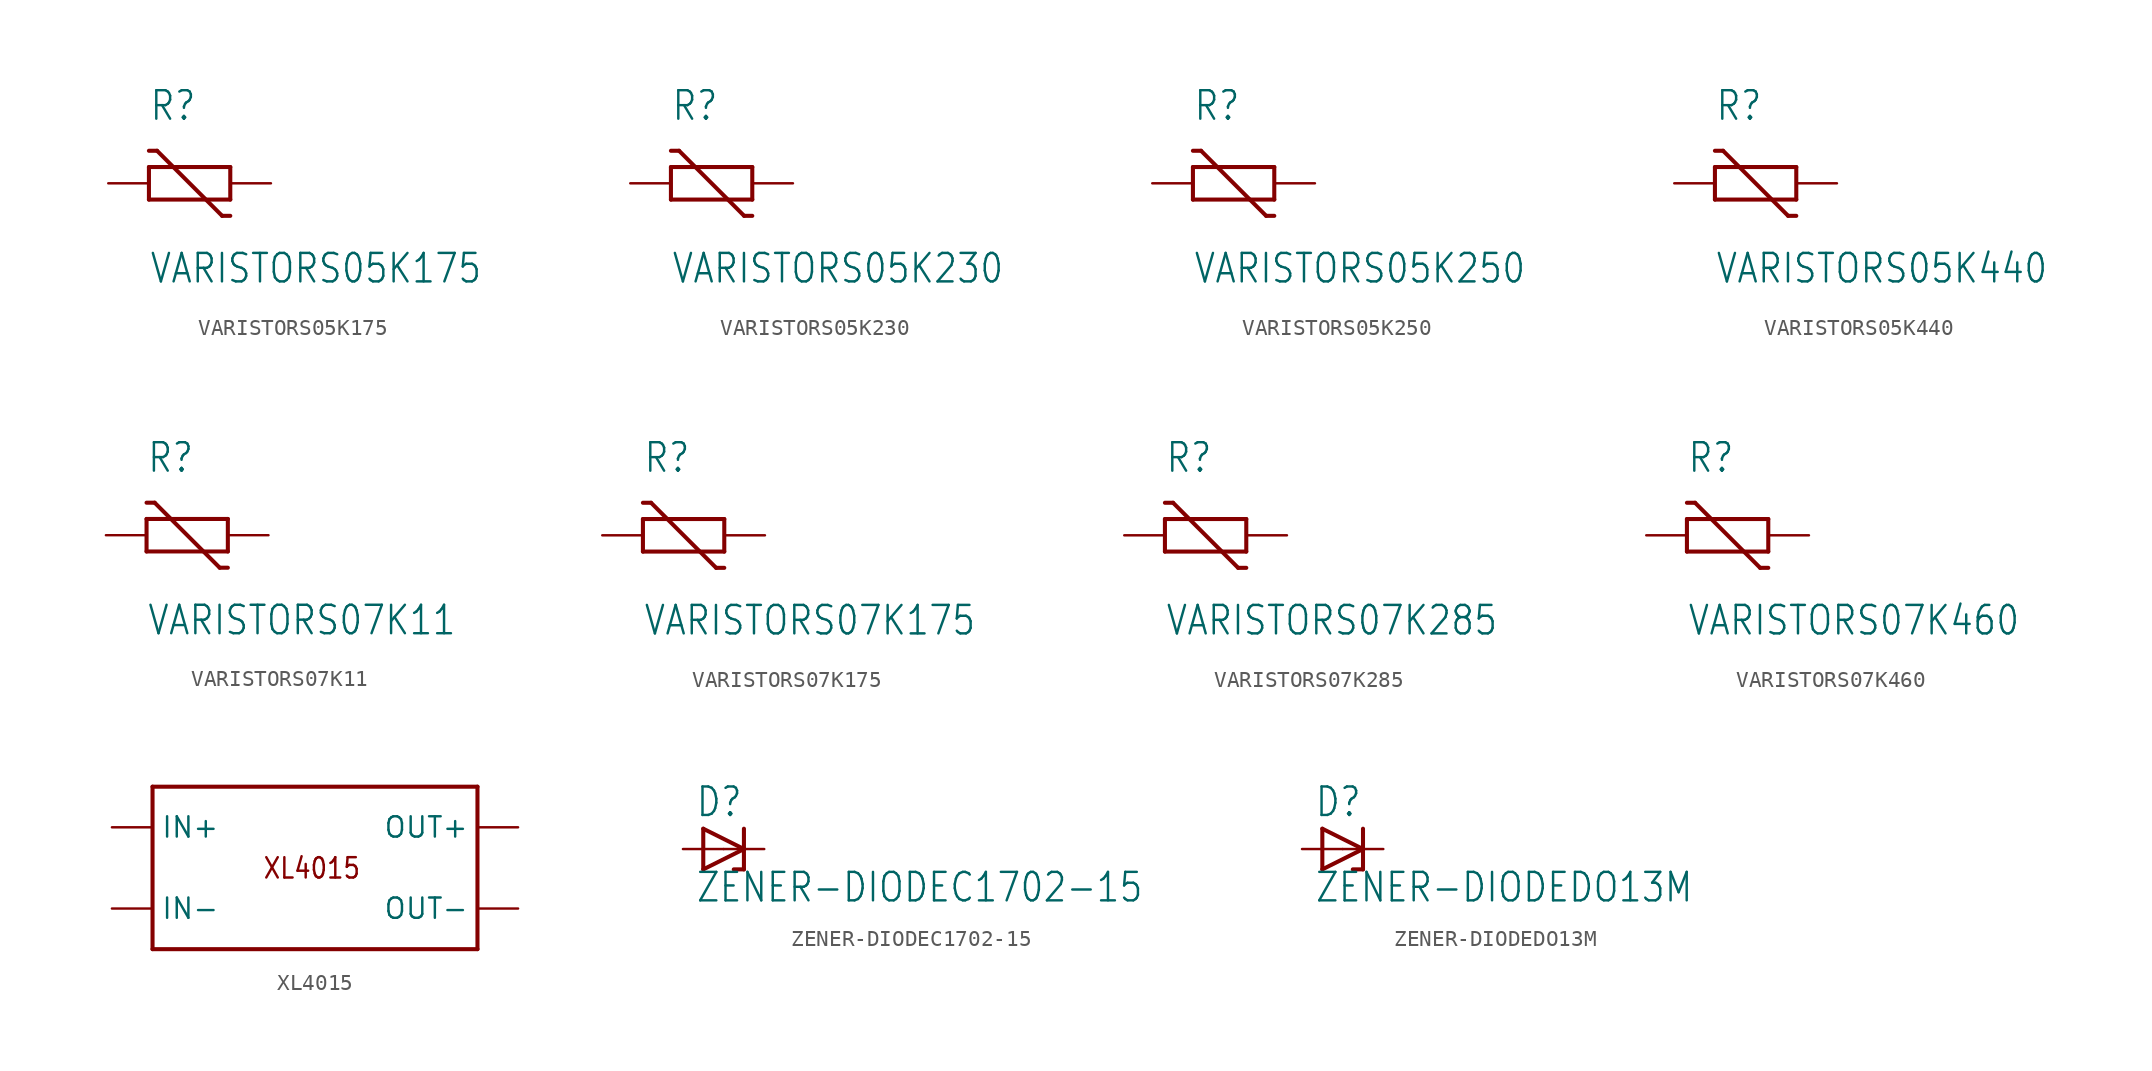
<source format=kicad_sym>
(kicad_symbol_lib
  (version 20211014)
  (generator kicad_symbol_editor)
  (symbol "VARISTORS05K175"
    (property "Reference" "R"
      (at -2.54 3.81 0)
      (effects (font (size 1.778 1.511)) (justify left bottom)))
    (property "Value" "VARISTORS05K175"
      (at -2.54 -6.35 0)
      (effects (font (size 1.778 1.511)) (justify left bottom)))
    (property "ki_locked" ""
      (at 0 0 0)
      (effects (font (size 1.27 1.27))))
    (symbol "VARISTORS05K175_1_0"
      (polyline (pts (xy -2.54 -1.016) (xy -2.54 1.016)) (stroke (width 0.254) (type default) (color 0 0 0 0)) (fill (type none)))
      (polyline (pts (xy -2.54 1.016) (xy 2.54 1.016)) (stroke (width 0.254) (type default) (color 0 0 0 0)) (fill (type none)))
      (polyline (pts (xy -2.032 2.032) (xy -2.54 2.032)) (stroke (width 0.254) (type default) (color 0 0 0 0)) (fill (type none)))
      (polyline (pts (xy 2.032 -2.032) (xy -2.032 2.032)) (stroke (width 0.254) (type default) (color 0 0 0 0)) (fill (type none)))
      (polyline (pts (xy 2.54 -2.032) (xy 2.032 -2.032)) (stroke (width 0.254) (type default) (color 0 0 0 0)) (fill (type none)))
      (polyline (pts (xy 2.54 -1.016) (xy -2.54 -1.016)) (stroke (width 0.254) (type default) (color 0 0 0 0)) (fill (type none)))
      (polyline (pts (xy 2.54 1.016) (xy 2.54 -1.016)) (stroke (width 0.254) (type default) (color 0 0 0 0)) (fill (type none)))
      (pin passive line (at 5.08 0 180) (length 2.54) (name "1" (effects (font (size 0 0)))) (number "1" (effects (font (size 0 0)))))
      (pin passive line (at -5.08 0 0) (length 2.54) (name "2" (effects (font (size 0 0)))) (number "2" (effects (font (size 0 0)))))))
  (symbol "VARISTORS05K230"
    (property "Reference" "R"
      (at -2.54 3.81 0)
      (effects (font (size 1.778 1.511)) (justify left bottom)))
    (property "Value" "VARISTORS05K230"
      (at -2.54 -6.35 0)
      (effects (font (size 1.778 1.511)) (justify left bottom)))
    (property "ki_locked" ""
      (at 0 0 0)
      (effects (font (size 1.27 1.27))))
    (symbol "VARISTORS05K230_1_0"
      (polyline (pts (xy -2.54 -1.016) (xy -2.54 1.016)) (stroke (width 0.254) (type default) (color 0 0 0 0)) (fill (type none)))
      (polyline (pts (xy -2.54 1.016) (xy 2.54 1.016)) (stroke (width 0.254) (type default) (color 0 0 0 0)) (fill (type none)))
      (polyline (pts (xy -2.032 2.032) (xy -2.54 2.032)) (stroke (width 0.254) (type default) (color 0 0 0 0)) (fill (type none)))
      (polyline (pts (xy 2.032 -2.032) (xy -2.032 2.032)) (stroke (width 0.254) (type default) (color 0 0 0 0)) (fill (type none)))
      (polyline (pts (xy 2.54 -2.032) (xy 2.032 -2.032)) (stroke (width 0.254) (type default) (color 0 0 0 0)) (fill (type none)))
      (polyline (pts (xy 2.54 -1.016) (xy -2.54 -1.016)) (stroke (width 0.254) (type default) (color 0 0 0 0)) (fill (type none)))
      (polyline (pts (xy 2.54 1.016) (xy 2.54 -1.016)) (stroke (width 0.254) (type default) (color 0 0 0 0)) (fill (type none)))
      (pin passive line (at 5.08 0 180) (length 2.54) (name "1" (effects (font (size 0 0)))) (number "1" (effects (font (size 0 0)))))
      (pin passive line (at -5.08 0 0) (length 2.54) (name "2" (effects (font (size 0 0)))) (number "2" (effects (font (size 0 0)))))))
  (symbol "VARISTORS05K250"
    (property "Reference" "R"
      (at -2.54 3.81 0)
      (effects (font (size 1.778 1.511)) (justify left bottom)))
    (property "Value" "VARISTORS05K250"
      (at -2.54 -6.35 0)
      (effects (font (size 1.778 1.511)) (justify left bottom)))
    (property "ki_locked" ""
      (at 0 0 0)
      (effects (font (size 1.27 1.27))))
    (symbol "VARISTORS05K250_1_0"
      (polyline (pts (xy -2.54 -1.016) (xy -2.54 1.016)) (stroke (width 0.254) (type default) (color 0 0 0 0)) (fill (type none)))
      (polyline (pts (xy -2.54 1.016) (xy 2.54 1.016)) (stroke (width 0.254) (type default) (color 0 0 0 0)) (fill (type none)))
      (polyline (pts (xy -2.032 2.032) (xy -2.54 2.032)) (stroke (width 0.254) (type default) (color 0 0 0 0)) (fill (type none)))
      (polyline (pts (xy 2.032 -2.032) (xy -2.032 2.032)) (stroke (width 0.254) (type default) (color 0 0 0 0)) (fill (type none)))
      (polyline (pts (xy 2.54 -2.032) (xy 2.032 -2.032)) (stroke (width 0.254) (type default) (color 0 0 0 0)) (fill (type none)))
      (polyline (pts (xy 2.54 -1.016) (xy -2.54 -1.016)) (stroke (width 0.254) (type default) (color 0 0 0 0)) (fill (type none)))
      (polyline (pts (xy 2.54 1.016) (xy 2.54 -1.016)) (stroke (width 0.254) (type default) (color 0 0 0 0)) (fill (type none)))
      (pin passive line (at 5.08 0 180) (length 2.54) (name "1" (effects (font (size 0 0)))) (number "1" (effects (font (size 0 0)))))
      (pin passive line (at -5.08 0 0) (length 2.54) (name "2" (effects (font (size 0 0)))) (number "2" (effects (font (size 0 0)))))))
  (symbol "VARISTORS05K440"
    (property "Reference" "R"
      (at -2.54 3.81 0)
      (effects (font (size 1.778 1.511)) (justify left bottom)))
    (property "Value" "VARISTORS05K440"
      (at -2.54 -6.35 0)
      (effects (font (size 1.778 1.511)) (justify left bottom)))
    (property "ki_locked" ""
      (at 0 0 0)
      (effects (font (size 1.27 1.27))))
    (symbol "VARISTORS05K440_1_0"
      (polyline (pts (xy -2.54 -1.016) (xy -2.54 1.016)) (stroke (width 0.254) (type default) (color 0 0 0 0)) (fill (type none)))
      (polyline (pts (xy -2.54 1.016) (xy 2.54 1.016)) (stroke (width 0.254) (type default) (color 0 0 0 0)) (fill (type none)))
      (polyline (pts (xy -2.032 2.032) (xy -2.54 2.032)) (stroke (width 0.254) (type default) (color 0 0 0 0)) (fill (type none)))
      (polyline (pts (xy 2.032 -2.032) (xy -2.032 2.032)) (stroke (width 0.254) (type default) (color 0 0 0 0)) (fill (type none)))
      (polyline (pts (xy 2.54 -2.032) (xy 2.032 -2.032)) (stroke (width 0.254) (type default) (color 0 0 0 0)) (fill (type none)))
      (polyline (pts (xy 2.54 -1.016) (xy -2.54 -1.016)) (stroke (width 0.254) (type default) (color 0 0 0 0)) (fill (type none)))
      (polyline (pts (xy 2.54 1.016) (xy 2.54 -1.016)) (stroke (width 0.254) (type default) (color 0 0 0 0)) (fill (type none)))
      (pin passive line (at 5.08 0 180) (length 2.54) (name "1" (effects (font (size 0 0)))) (number "1" (effects (font (size 0 0)))))
      (pin passive line (at -5.08 0 0) (length 2.54) (name "2" (effects (font (size 0 0)))) (number "2" (effects (font (size 0 0)))))))
  (symbol "VARISTORS07K11"
    (property "Reference" "R"
      (at -2.54 3.81 0)
      (effects (font (size 1.778 1.511)) (justify left bottom)))
    (property "Value" "VARISTORS07K11"
      (at -2.54 -6.35 0)
      (effects (font (size 1.778 1.511)) (justify left bottom)))
    (property "ki_locked" ""
      (at 0 0 0)
      (effects (font (size 1.27 1.27))))
    (symbol "VARISTORS07K11_1_0"
      (polyline (pts (xy -2.54 -1.016) (xy -2.54 1.016)) (stroke (width 0.254) (type default) (color 0 0 0 0)) (fill (type none)))
      (polyline (pts (xy -2.54 1.016) (xy 2.54 1.016)) (stroke (width 0.254) (type default) (color 0 0 0 0)) (fill (type none)))
      (polyline (pts (xy -2.032 2.032) (xy -2.54 2.032)) (stroke (width 0.254) (type default) (color 0 0 0 0)) (fill (type none)))
      (polyline (pts (xy 2.032 -2.032) (xy -2.032 2.032)) (stroke (width 0.254) (type default) (color 0 0 0 0)) (fill (type none)))
      (polyline (pts (xy 2.54 -2.032) (xy 2.032 -2.032)) (stroke (width 0.254) (type default) (color 0 0 0 0)) (fill (type none)))
      (polyline (pts (xy 2.54 -1.016) (xy -2.54 -1.016)) (stroke (width 0.254) (type default) (color 0 0 0 0)) (fill (type none)))
      (polyline (pts (xy 2.54 1.016) (xy 2.54 -1.016)) (stroke (width 0.254) (type default) (color 0 0 0 0)) (fill (type none)))
      (pin passive line (at 5.08 0 180) (length 2.54) (name "1" (effects (font (size 0 0)))) (number "1" (effects (font (size 0 0)))))
      (pin passive line (at -5.08 0 0) (length 2.54) (name "2" (effects (font (size 0 0)))) (number "2" (effects (font (size 0 0)))))))
  (symbol "VARISTORS07K175"
    (property "Reference" "R"
      (at -2.54 3.81 0)
      (effects (font (size 1.778 1.511)) (justify left bottom)))
    (property "Value" "VARISTORS07K175"
      (at -2.54 -6.35 0)
      (effects (font (size 1.778 1.511)) (justify left bottom)))
    (property "ki_locked" ""
      (at 0 0 0)
      (effects (font (size 1.27 1.27))))
    (symbol "VARISTORS07K175_1_0"
      (polyline (pts (xy -2.54 -1.016) (xy -2.54 1.016)) (stroke (width 0.254) (type default) (color 0 0 0 0)) (fill (type none)))
      (polyline (pts (xy -2.54 1.016) (xy 2.54 1.016)) (stroke (width 0.254) (type default) (color 0 0 0 0)) (fill (type none)))
      (polyline (pts (xy -2.032 2.032) (xy -2.54 2.032)) (stroke (width 0.254) (type default) (color 0 0 0 0)) (fill (type none)))
      (polyline (pts (xy 2.032 -2.032) (xy -2.032 2.032)) (stroke (width 0.254) (type default) (color 0 0 0 0)) (fill (type none)))
      (polyline (pts (xy 2.54 -2.032) (xy 2.032 -2.032)) (stroke (width 0.254) (type default) (color 0 0 0 0)) (fill (type none)))
      (polyline (pts (xy 2.54 -1.016) (xy -2.54 -1.016)) (stroke (width 0.254) (type default) (color 0 0 0 0)) (fill (type none)))
      (polyline (pts (xy 2.54 1.016) (xy 2.54 -1.016)) (stroke (width 0.254) (type default) (color 0 0 0 0)) (fill (type none)))
      (pin passive line (at 5.08 0 180) (length 2.54) (name "1" (effects (font (size 0 0)))) (number "1" (effects (font (size 0 0)))))
      (pin passive line (at -5.08 0 0) (length 2.54) (name "2" (effects (font (size 0 0)))) (number "2" (effects (font (size 0 0)))))))
  (symbol "VARISTORS07K285"
    (property "Reference" "R"
      (at -2.54 3.81 0)
      (effects (font (size 1.778 1.511)) (justify left bottom)))
    (property "Value" "VARISTORS07K285"
      (at -2.54 -6.35 0)
      (effects (font (size 1.778 1.511)) (justify left bottom)))
    (property "ki_locked" ""
      (at 0 0 0)
      (effects (font (size 1.27 1.27))))
    (symbol "VARISTORS07K285_1_0"
      (polyline (pts (xy -2.54 -1.016) (xy -2.54 1.016)) (stroke (width 0.254) (type default) (color 0 0 0 0)) (fill (type none)))
      (polyline (pts (xy -2.54 1.016) (xy 2.54 1.016)) (stroke (width 0.254) (type default) (color 0 0 0 0)) (fill (type none)))
      (polyline (pts (xy -2.032 2.032) (xy -2.54 2.032)) (stroke (width 0.254) (type default) (color 0 0 0 0)) (fill (type none)))
      (polyline (pts (xy 2.032 -2.032) (xy -2.032 2.032)) (stroke (width 0.254) (type default) (color 0 0 0 0)) (fill (type none)))
      (polyline (pts (xy 2.54 -2.032) (xy 2.032 -2.032)) (stroke (width 0.254) (type default) (color 0 0 0 0)) (fill (type none)))
      (polyline (pts (xy 2.54 -1.016) (xy -2.54 -1.016)) (stroke (width 0.254) (type default) (color 0 0 0 0)) (fill (type none)))
      (polyline (pts (xy 2.54 1.016) (xy 2.54 -1.016)) (stroke (width 0.254) (type default) (color 0 0 0 0)) (fill (type none)))
      (pin passive line (at 5.08 0 180) (length 2.54) (name "1" (effects (font (size 0 0)))) (number "1" (effects (font (size 0 0)))))
      (pin passive line (at -5.08 0 0) (length 2.54) (name "2" (effects (font (size 0 0)))) (number "2" (effects (font (size 0 0)))))))
  (symbol "VARISTORS07K460"
    (property "Reference" "R"
      (at -2.54 3.81 0)
      (effects (font (size 1.778 1.511)) (justify left bottom)))
    (property "Value" "VARISTORS07K460"
      (at -2.54 -6.35 0)
      (effects (font (size 1.778 1.511)) (justify left bottom)))
    (property "ki_locked" ""
      (at 0 0 0)
      (effects (font (size 1.27 1.27))))
    (symbol "VARISTORS07K460_1_0"
      (polyline (pts (xy -2.54 -1.016) (xy -2.54 1.016)) (stroke (width 0.254) (type default) (color 0 0 0 0)) (fill (type none)))
      (polyline (pts (xy -2.54 1.016) (xy 2.54 1.016)) (stroke (width 0.254) (type default) (color 0 0 0 0)) (fill (type none)))
      (polyline (pts (xy -2.032 2.032) (xy -2.54 2.032)) (stroke (width 0.254) (type default) (color 0 0 0 0)) (fill (type none)))
      (polyline (pts (xy 2.032 -2.032) (xy -2.032 2.032)) (stroke (width 0.254) (type default) (color 0 0 0 0)) (fill (type none)))
      (polyline (pts (xy 2.54 -2.032) (xy 2.032 -2.032)) (stroke (width 0.254) (type default) (color 0 0 0 0)) (fill (type none)))
      (polyline (pts (xy 2.54 -1.016) (xy -2.54 -1.016)) (stroke (width 0.254) (type default) (color 0 0 0 0)) (fill (type none)))
      (polyline (pts (xy 2.54 1.016) (xy 2.54 -1.016)) (stroke (width 0.254) (type default) (color 0 0 0 0)) (fill (type none)))
      (pin passive line (at 5.08 0 180) (length 2.54) (name "1" (effects (font (size 0 0)))) (number "1" (effects (font (size 0 0)))))
      (pin passive line (at -5.08 0 0) (length 2.54) (name "2" (effects (font (size 0 0)))) (number "2" (effects (font (size 0 0)))))))
  (symbol "XL4015"
    (property "Reference" ""
      (at 0 0 0)
      (effects (font (size 1.27 1.27)) hide))
    (property "ki_locked" ""
      (at 0 0 0)
      (effects (font (size 1.27 1.27))))
    (symbol "XL4015_1_0"
      (polyline (pts (xy -10.16 -5.08) (xy 10.16 -5.08)) (stroke (width 0.254) (type default) (color 0 0 0 0)) (fill (type none)))
      (polyline (pts (xy -10.16 5.08) (xy -10.16 -5.08)) (stroke (width 0.254) (type default) (color 0 0 0 0)) (fill (type none)))
      (polyline (pts (xy 10.16 -5.08) (xy 10.16 5.08)) (stroke (width 0.254) (type default) (color 0 0 0 0)) (fill (type none)))
      (polyline (pts (xy 10.16 5.08) (xy -10.16 5.08)) (stroke (width 0.254) (type default) (color 0 0 0 0)) (fill (type none)))
      (text "XL4015" (at -3.302 -0.762 0) (effects (font (size 1.27 1.079)) (justify left bottom)))
      (pin bidirectional line (at -12.7 2.54 0) (length 2.54) (name "IN+" (effects (font (size 1.27 1.27)))) (number "IN+" (effects (font (size 0 0)))))
      (pin bidirectional line (at -12.7 -2.54 0) (length 2.54) (name "IN-" (effects (font (size 1.27 1.27)))) (number "IN-" (effects (font (size 0 0)))))
      (pin bidirectional line (at 12.7 2.54 180) (length 2.54) (name "OUT+" (effects (font (size 1.27 1.27)))) (number "OUT+" (effects (font (size 0 0)))))
      (pin bidirectional line (at 12.7 -2.54 180) (length 2.54) (name "OUT-" (effects (font (size 1.27 1.27)))) (number "OUT-" (effects (font (size 0 0)))))))
  (symbol "ZENER-DIODEC1702-15"
    (property "Reference" "D"
      (at -1.778 1.905 0)
      (effects (font (size 1.778 1.511)) (justify left bottom)))
    (property "Value" "ZENER-DIODEC1702-15"
      (at -1.778 -3.429 0)
      (effects (font (size 1.778 1.511)) (justify left bottom)))
    (property "ki_locked" ""
      (at 0 0 0)
      (effects (font (size 1.27 1.27))))
    (symbol "ZENER-DIODEC1702-15_1_0"
      (polyline (pts (xy -1.27 -1.27) (xy 1.27 0)) (stroke (width 0.254) (type default) (color 0 0 0 0)) (fill (type none)))
      (polyline (pts (xy -1.27 1.27) (xy -1.27 -1.27)) (stroke (width 0.254) (type default) (color 0 0 0 0)) (fill (type none)))
      (polyline (pts (xy 1.27 -1.27) (xy 0.635 -1.27)) (stroke (width 0.254) (type default) (color 0 0 0 0)) (fill (type none)))
      (polyline (pts (xy 1.27 0) (xy -1.27 1.27)) (stroke (width 0.254) (type default) (color 0 0 0 0)) (fill (type none)))
      (polyline (pts (xy 1.27 0) (xy 1.27 -1.27)) (stroke (width 0.254) (type default) (color 0 0 0 0)) (fill (type none)))
      (polyline (pts (xy 1.27 1.27) (xy 1.27 0)) (stroke (width 0.254) (type default) (color 0 0 0 0)) (fill (type none)))
      (pin passive line (at -2.54 0 0) (length 2.54) (name "A" (effects (font (size 0 0)))) (number "A" (effects (font (size 0 0)))))
      (pin passive line (at 2.54 0 180) (length 2.54) (name "C" (effects (font (size 0 0)))) (number "C" (effects (font (size 0 0)))))))
  (symbol "ZENER-DIODEDO13M"
    (property "Reference" "D"
      (at -1.778 1.905 0)
      (effects (font (size 1.778 1.511)) (justify left bottom)))
    (property "Value" "ZENER-DIODEDO13M"
      (at -1.778 -3.429 0)
      (effects (font (size 1.778 1.511)) (justify left bottom)))
    (property "ki_locked" ""
      (at 0 0 0)
      (effects (font (size 1.27 1.27))))
    (symbol "ZENER-DIODEDO13M_1_0"
      (polyline (pts (xy -1.27 -1.27) (xy 1.27 0)) (stroke (width 0.254) (type default) (color 0 0 0 0)) (fill (type none)))
      (polyline (pts (xy -1.27 1.27) (xy -1.27 -1.27)) (stroke (width 0.254) (type default) (color 0 0 0 0)) (fill (type none)))
      (polyline (pts (xy 1.27 -1.27) (xy 0.635 -1.27)) (stroke (width 0.254) (type default) (color 0 0 0 0)) (fill (type none)))
      (polyline (pts (xy 1.27 0) (xy -1.27 1.27)) (stroke (width 0.254) (type default) (color 0 0 0 0)) (fill (type none)))
      (polyline (pts (xy 1.27 0) (xy 1.27 -1.27)) (stroke (width 0.254) (type default) (color 0 0 0 0)) (fill (type none)))
      (polyline (pts (xy 1.27 1.27) (xy 1.27 0)) (stroke (width 0.254) (type default) (color 0 0 0 0)) (fill (type none)))
      (pin passive line (at -2.54 0 0) (length 2.54) (name "A" (effects (font (size 0 0)))) (number "A" (effects (font (size 0 0)))))
      (pin passive line (at 2.54 0 180) (length 2.54) (name "C" (effects (font (size 0 0)))) (number "C" (effects (font (size 0 0))))))))
</source>
